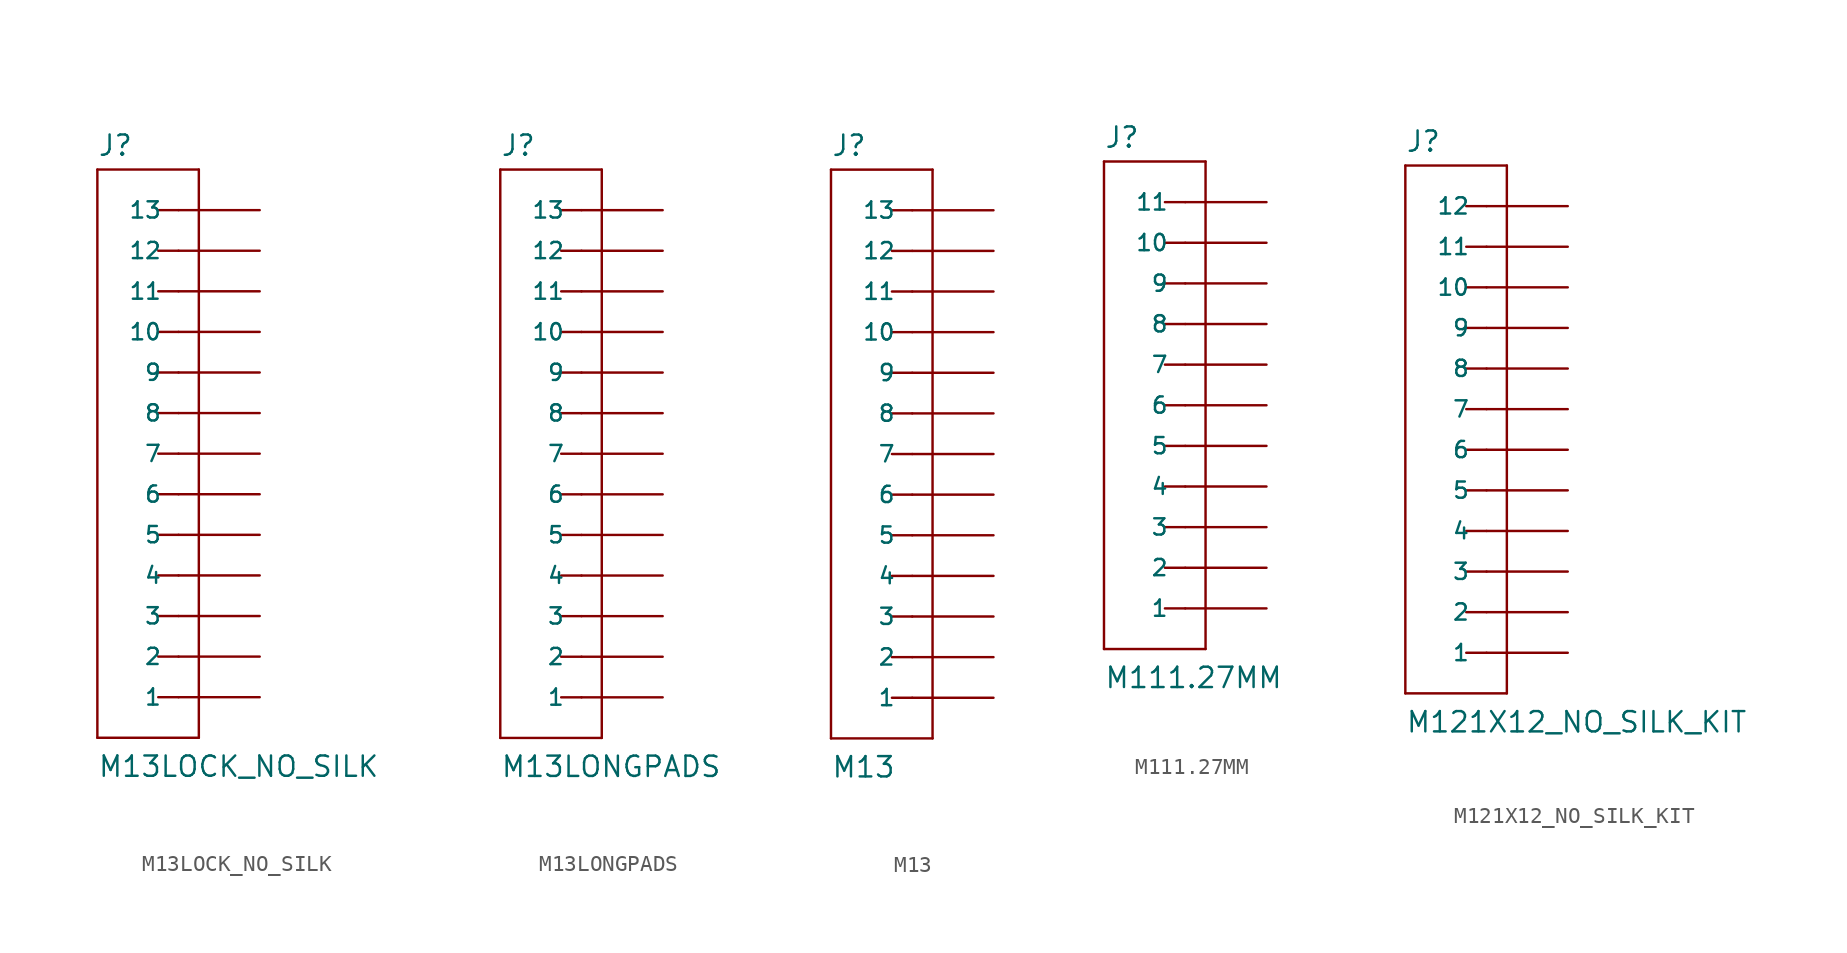
<source format=kicad_sym>
(kicad_symbol_lib
  (version 20211014)
  (generator kicad_symbol_editor)
  (symbol "M13LOCK_NO_SILK"
    (pin_numbers hide)
    (pin_names
      (offset 1.016))
    (property "Reference" "J"
      (at 0 18.542 0)
      (effects (font (size 1.27 1.27)) (justify left bottom)))
    (property "Value" "M13LOCK_NO_SILK"
      (at 0 -20.32 0)
      (effects (font (size 1.27 1.27)) (justify left bottom)))
    (property "Datasheet" ""
      (at 0 0 0)
      (effects (font (size 1.524 1.524))))
    (property "ki_locked" ""
      (at 0 0 0)
      (effects (font (size 1.27 1.27))))
    (symbol "M13LOCK_NO_SILK_1_0"
      (polyline (pts (xy 0 17.78) (xy 0 -17.78)) (stroke (width 0) (type default) (color 0 0 0 0)) (fill (type none)))
      (polyline (pts (xy 0 17.78) (xy 6.35 17.78)) (stroke (width 0) (type default) (color 0 0 0 0)) (fill (type none)))
      (polyline (pts (xy 3.81 -15.24) (xy 5.08 -15.24)) (stroke (width 0) (type default) (color 0 0 0 0)) (fill (type none)))
      (polyline (pts (xy 3.81 -12.7) (xy 5.08 -12.7)) (stroke (width 0) (type default) (color 0 0 0 0)) (fill (type none)))
      (polyline (pts (xy 3.81 -10.16) (xy 5.08 -10.16)) (stroke (width 0) (type default) (color 0 0 0 0)) (fill (type none)))
      (polyline (pts (xy 3.81 -7.62) (xy 5.08 -7.62)) (stroke (width 0) (type default) (color 0 0 0 0)) (fill (type none)))
      (polyline (pts (xy 3.81 -5.08) (xy 5.08 -5.08)) (stroke (width 0) (type default) (color 0 0 0 0)) (fill (type none)))
      (polyline (pts (xy 3.81 -2.54) (xy 5.08 -2.54)) (stroke (width 0) (type default) (color 0 0 0 0)) (fill (type none)))
      (polyline (pts (xy 3.81 0) (xy 5.08 0)) (stroke (width 0) (type default) (color 0 0 0 0)) (fill (type none)))
      (polyline (pts (xy 3.81 2.54) (xy 5.08 2.54)) (stroke (width 0) (type default) (color 0 0 0 0)) (fill (type none)))
      (polyline (pts (xy 3.81 5.08) (xy 5.08 5.08)) (stroke (width 0) (type default) (color 0 0 0 0)) (fill (type none)))
      (polyline (pts (xy 3.81 7.62) (xy 5.08 7.62)) (stroke (width 0) (type default) (color 0 0 0 0)) (fill (type none)))
      (polyline (pts (xy 3.81 10.16) (xy 5.08 10.16)) (stroke (width 0) (type default) (color 0 0 0 0)) (fill (type none)))
      (polyline (pts (xy 3.81 12.7) (xy 5.08 12.7)) (stroke (width 0) (type default) (color 0 0 0 0)) (fill (type none)))
      (polyline (pts (xy 3.81 15.24) (xy 5.08 15.24)) (stroke (width 0) (type default) (color 0 0 0 0)) (fill (type none)))
      (polyline (pts (xy 6.35 -17.78) (xy 0 -17.78)) (stroke (width 0) (type default) (color 0 0 0 0)) (fill (type none)))
      (polyline (pts (xy 6.35 -17.78) (xy 6.35 17.78)) (stroke (width 0) (type default) (color 0 0 0 0)) (fill (type none))))
    (symbol "M13LOCK_NO_SILK_1_1"
      (pin passive line (at 10.16 -15.24 180) (length 5.08) (name "1" (effects (font (size 1.016 1.016)))) (number "1" (effects (font (size 1.016 1.016)))))
      (pin passive line (at 10.16 7.62 180) (length 5.08) (name "10" (effects (font (size 1.016 1.016)))) (number "10" (effects (font (size 1.016 1.016)))))
      (pin passive line (at 10.16 10.16 180) (length 5.08) (name "11" (effects (font (size 1.016 1.016)))) (number "11" (effects (font (size 1.016 1.016)))))
      (pin passive line (at 10.16 12.7 180) (length 5.08) (name "12" (effects (font (size 1.016 1.016)))) (number "12" (effects (font (size 1.016 1.016)))))
      (pin passive line (at 10.16 15.24 180) (length 5.08) (name "13" (effects (font (size 1.016 1.016)))) (number "13" (effects (font (size 1.016 1.016)))))
      (pin passive line (at 10.16 -12.7 180) (length 5.08) (name "2" (effects (font (size 1.016 1.016)))) (number "2" (effects (font (size 1.016 1.016)))))
      (pin passive line (at 10.16 -10.16 180) (length 5.08) (name "3" (effects (font (size 1.016 1.016)))) (number "3" (effects (font (size 1.016 1.016)))))
      (pin passive line (at 10.16 -7.62 180) (length 5.08) (name "4" (effects (font (size 1.016 1.016)))) (number "4" (effects (font (size 1.016 1.016)))))
      (pin passive line (at 10.16 -5.08 180) (length 5.08) (name "5" (effects (font (size 1.016 1.016)))) (number "5" (effects (font (size 1.016 1.016)))))
      (pin passive line (at 10.16 -2.54 180) (length 5.08) (name "6" (effects (font (size 1.016 1.016)))) (number "6" (effects (font (size 1.016 1.016)))))
      (pin passive line (at 10.16 0 180) (length 5.08) (name "7" (effects (font (size 1.016 1.016)))) (number "7" (effects (font (size 1.016 1.016)))))
      (pin passive line (at 10.16 2.54 180) (length 5.08) (name "8" (effects (font (size 1.016 1.016)))) (number "8" (effects (font (size 1.016 1.016)))))
      (pin passive line (at 10.16 5.08 180) (length 5.08) (name "9" (effects (font (size 1.016 1.016)))) (number "9" (effects (font (size 1.016 1.016)))))))
  (symbol "M13LONGPADS"
    (pin_numbers hide)
    (pin_names
      (offset 1.016))
    (property "Reference" "J"
      (at 0 18.542 0)
      (effects (font (size 1.27 1.27)) (justify left bottom)))
    (property "Value" "M13LONGPADS"
      (at 0 -20.32 0)
      (effects (font (size 1.27 1.27)) (justify left bottom)))
    (property "Datasheet" ""
      (at 0 0 0)
      (effects (font (size 1.524 1.524))))
    (property "ki_locked" ""
      (at 0 0 0)
      (effects (font (size 1.27 1.27))))
    (symbol "M13LONGPADS_1_0"
      (polyline (pts (xy 0 17.78) (xy 0 -17.78)) (stroke (width 0) (type default) (color 0 0 0 0)) (fill (type none)))
      (polyline (pts (xy 0 17.78) (xy 6.35 17.78)) (stroke (width 0) (type default) (color 0 0 0 0)) (fill (type none)))
      (polyline (pts (xy 3.81 -15.24) (xy 5.08 -15.24)) (stroke (width 0) (type default) (color 0 0 0 0)) (fill (type none)))
      (polyline (pts (xy 3.81 -12.7) (xy 5.08 -12.7)) (stroke (width 0) (type default) (color 0 0 0 0)) (fill (type none)))
      (polyline (pts (xy 3.81 -10.16) (xy 5.08 -10.16)) (stroke (width 0) (type default) (color 0 0 0 0)) (fill (type none)))
      (polyline (pts (xy 3.81 -7.62) (xy 5.08 -7.62)) (stroke (width 0) (type default) (color 0 0 0 0)) (fill (type none)))
      (polyline (pts (xy 3.81 -5.08) (xy 5.08 -5.08)) (stroke (width 0) (type default) (color 0 0 0 0)) (fill (type none)))
      (polyline (pts (xy 3.81 -2.54) (xy 5.08 -2.54)) (stroke (width 0) (type default) (color 0 0 0 0)) (fill (type none)))
      (polyline (pts (xy 3.81 0) (xy 5.08 0)) (stroke (width 0) (type default) (color 0 0 0 0)) (fill (type none)))
      (polyline (pts (xy 3.81 2.54) (xy 5.08 2.54)) (stroke (width 0) (type default) (color 0 0 0 0)) (fill (type none)))
      (polyline (pts (xy 3.81 5.08) (xy 5.08 5.08)) (stroke (width 0) (type default) (color 0 0 0 0)) (fill (type none)))
      (polyline (pts (xy 3.81 7.62) (xy 5.08 7.62)) (stroke (width 0) (type default) (color 0 0 0 0)) (fill (type none)))
      (polyline (pts (xy 3.81 10.16) (xy 5.08 10.16)) (stroke (width 0) (type default) (color 0 0 0 0)) (fill (type none)))
      (polyline (pts (xy 3.81 12.7) (xy 5.08 12.7)) (stroke (width 0) (type default) (color 0 0 0 0)) (fill (type none)))
      (polyline (pts (xy 3.81 15.24) (xy 5.08 15.24)) (stroke (width 0) (type default) (color 0 0 0 0)) (fill (type none)))
      (polyline (pts (xy 6.35 -17.78) (xy 0 -17.78)) (stroke (width 0) (type default) (color 0 0 0 0)) (fill (type none)))
      (polyline (pts (xy 6.35 -17.78) (xy 6.35 17.78)) (stroke (width 0) (type default) (color 0 0 0 0)) (fill (type none))))
    (symbol "M13LONGPADS_1_1"
      (pin passive line (at 10.16 -15.24 180) (length 5.08) (name "1" (effects (font (size 1.016 1.016)))) (number "1" (effects (font (size 1.016 1.016)))))
      (pin passive line (at 10.16 7.62 180) (length 5.08) (name "10" (effects (font (size 1.016 1.016)))) (number "10" (effects (font (size 1.016 1.016)))))
      (pin passive line (at 10.16 10.16 180) (length 5.08) (name "11" (effects (font (size 1.016 1.016)))) (number "11" (effects (font (size 1.016 1.016)))))
      (pin passive line (at 10.16 12.7 180) (length 5.08) (name "12" (effects (font (size 1.016 1.016)))) (number "12" (effects (font (size 1.016 1.016)))))
      (pin passive line (at 10.16 15.24 180) (length 5.08) (name "13" (effects (font (size 1.016 1.016)))) (number "13" (effects (font (size 1.016 1.016)))))
      (pin passive line (at 10.16 -12.7 180) (length 5.08) (name "2" (effects (font (size 1.016 1.016)))) (number "2" (effects (font (size 1.016 1.016)))))
      (pin passive line (at 10.16 -10.16 180) (length 5.08) (name "3" (effects (font (size 1.016 1.016)))) (number "3" (effects (font (size 1.016 1.016)))))
      (pin passive line (at 10.16 -7.62 180) (length 5.08) (name "4" (effects (font (size 1.016 1.016)))) (number "4" (effects (font (size 1.016 1.016)))))
      (pin passive line (at 10.16 -5.08 180) (length 5.08) (name "5" (effects (font (size 1.016 1.016)))) (number "5" (effects (font (size 1.016 1.016)))))
      (pin passive line (at 10.16 -2.54 180) (length 5.08) (name "6" (effects (font (size 1.016 1.016)))) (number "6" (effects (font (size 1.016 1.016)))))
      (pin passive line (at 10.16 0 180) (length 5.08) (name "7" (effects (font (size 1.016 1.016)))) (number "7" (effects (font (size 1.016 1.016)))))
      (pin passive line (at 10.16 2.54 180) (length 5.08) (name "8" (effects (font (size 1.016 1.016)))) (number "8" (effects (font (size 1.016 1.016)))))
      (pin passive line (at 10.16 5.08 180) (length 5.08) (name "9" (effects (font (size 1.016 1.016)))) (number "9" (effects (font (size 1.016 1.016)))))))
  (symbol "M13"
    (pin_numbers hide)
    (pin_names
      (offset 1.016))
    (property "Reference" "J"
      (at 0 18.542 0)
      (effects (font (size 1.27 1.27)) (justify left bottom)))
    (property "Value" "M13"
      (at 0 -20.32 0)
      (effects (font (size 1.27 1.27)) (justify left bottom)))
    (property "Datasheet" ""
      (at 0 0 0)
      (effects (font (size 1.524 1.524))))
    (property "ki_locked" ""
      (at 0 0 0)
      (effects (font (size 1.27 1.27))))
    (symbol "M13_1_0"
      (polyline (pts (xy 0 17.78) (xy 0 -17.78)) (stroke (width 0) (type default) (color 0 0 0 0)) (fill (type none)))
      (polyline (pts (xy 0 17.78) (xy 6.35 17.78)) (stroke (width 0) (type default) (color 0 0 0 0)) (fill (type none)))
      (polyline (pts (xy 3.81 -15.24) (xy 5.08 -15.24)) (stroke (width 0) (type default) (color 0 0 0 0)) (fill (type none)))
      (polyline (pts (xy 3.81 -12.7) (xy 5.08 -12.7)) (stroke (width 0) (type default) (color 0 0 0 0)) (fill (type none)))
      (polyline (pts (xy 3.81 -10.16) (xy 5.08 -10.16)) (stroke (width 0) (type default) (color 0 0 0 0)) (fill (type none)))
      (polyline (pts (xy 3.81 -7.62) (xy 5.08 -7.62)) (stroke (width 0) (type default) (color 0 0 0 0)) (fill (type none)))
      (polyline (pts (xy 3.81 -5.08) (xy 5.08 -5.08)) (stroke (width 0) (type default) (color 0 0 0 0)) (fill (type none)))
      (polyline (pts (xy 3.81 -2.54) (xy 5.08 -2.54)) (stroke (width 0) (type default) (color 0 0 0 0)) (fill (type none)))
      (polyline (pts (xy 3.81 0) (xy 5.08 0)) (stroke (width 0) (type default) (color 0 0 0 0)) (fill (type none)))
      (polyline (pts (xy 3.81 2.54) (xy 5.08 2.54)) (stroke (width 0) (type default) (color 0 0 0 0)) (fill (type none)))
      (polyline (pts (xy 3.81 5.08) (xy 5.08 5.08)) (stroke (width 0) (type default) (color 0 0 0 0)) (fill (type none)))
      (polyline (pts (xy 3.81 7.62) (xy 5.08 7.62)) (stroke (width 0) (type default) (color 0 0 0 0)) (fill (type none)))
      (polyline (pts (xy 3.81 10.16) (xy 5.08 10.16)) (stroke (width 0) (type default) (color 0 0 0 0)) (fill (type none)))
      (polyline (pts (xy 3.81 12.7) (xy 5.08 12.7)) (stroke (width 0) (type default) (color 0 0 0 0)) (fill (type none)))
      (polyline (pts (xy 3.81 15.24) (xy 5.08 15.24)) (stroke (width 0) (type default) (color 0 0 0 0)) (fill (type none)))
      (polyline (pts (xy 6.35 -17.78) (xy 0 -17.78)) (stroke (width 0) (type default) (color 0 0 0 0)) (fill (type none)))
      (polyline (pts (xy 6.35 -17.78) (xy 6.35 17.78)) (stroke (width 0) (type default) (color 0 0 0 0)) (fill (type none))))
    (symbol "M13_1_1"
      (pin passive line (at 10.16 -15.24 180) (length 5.08) (name "1" (effects (font (size 1.016 1.016)))) (number "1" (effects (font (size 1.016 1.016)))))
      (pin passive line (at 10.16 7.62 180) (length 5.08) (name "10" (effects (font (size 1.016 1.016)))) (number "10" (effects (font (size 1.016 1.016)))))
      (pin passive line (at 10.16 10.16 180) (length 5.08) (name "11" (effects (font (size 1.016 1.016)))) (number "11" (effects (font (size 1.016 1.016)))))
      (pin passive line (at 10.16 12.7 180) (length 5.08) (name "12" (effects (font (size 1.016 1.016)))) (number "12" (effects (font (size 1.016 1.016)))))
      (pin passive line (at 10.16 15.24 180) (length 5.08) (name "13" (effects (font (size 1.016 1.016)))) (number "13" (effects (font (size 1.016 1.016)))))
      (pin passive line (at 10.16 -12.7 180) (length 5.08) (name "2" (effects (font (size 1.016 1.016)))) (number "2" (effects (font (size 1.016 1.016)))))
      (pin passive line (at 10.16 -10.16 180) (length 5.08) (name "3" (effects (font (size 1.016 1.016)))) (number "3" (effects (font (size 1.016 1.016)))))
      (pin passive line (at 10.16 -7.62 180) (length 5.08) (name "4" (effects (font (size 1.016 1.016)))) (number "4" (effects (font (size 1.016 1.016)))))
      (pin passive line (at 10.16 -5.08 180) (length 5.08) (name "5" (effects (font (size 1.016 1.016)))) (number "5" (effects (font (size 1.016 1.016)))))
      (pin passive line (at 10.16 -2.54 180) (length 5.08) (name "6" (effects (font (size 1.016 1.016)))) (number "6" (effects (font (size 1.016 1.016)))))
      (pin passive line (at 10.16 0 180) (length 5.08) (name "7" (effects (font (size 1.016 1.016)))) (number "7" (effects (font (size 1.016 1.016)))))
      (pin passive line (at 10.16 2.54 180) (length 5.08) (name "8" (effects (font (size 1.016 1.016)))) (number "8" (effects (font (size 1.016 1.016)))))
      (pin passive line (at 10.16 5.08 180) (length 5.08) (name "9" (effects (font (size 1.016 1.016)))) (number "9" (effects (font (size 1.016 1.016)))))))
  (symbol "M111.27MM"
    (pin_numbers hide)
    (pin_names
      (offset 1.016))
    (property "Reference" "J"
      (at 0 16.002 0)
      (effects (font (size 1.27 1.27)) (justify left bottom)))
    (property "Value" "M111.27MM"
      (at 0 -17.78 0)
      (effects (font (size 1.27 1.27)) (justify left bottom)))
    (property "Datasheet" ""
      (at 0 0 0)
      (effects (font (size 1.524 1.524))))
    (property "ki_locked" ""
      (at 0 0 0)
      (effects (font (size 1.27 1.27))))
    (symbol "M111.27MM_1_0"
      (polyline (pts (xy 0 15.24) (xy 0 -15.24)) (stroke (width 0) (type default) (color 0 0 0 0)) (fill (type none)))
      (polyline (pts (xy 0 15.24) (xy 6.35 15.24)) (stroke (width 0) (type default) (color 0 0 0 0)) (fill (type none)))
      (polyline (pts (xy 3.81 -12.7) (xy 5.08 -12.7)) (stroke (width 0) (type default) (color 0 0 0 0)) (fill (type none)))
      (polyline (pts (xy 3.81 -10.16) (xy 5.08 -10.16)) (stroke (width 0) (type default) (color 0 0 0 0)) (fill (type none)))
      (polyline (pts (xy 3.81 -7.62) (xy 5.08 -7.62)) (stroke (width 0) (type default) (color 0 0 0 0)) (fill (type none)))
      (polyline (pts (xy 3.81 -5.08) (xy 5.08 -5.08)) (stroke (width 0) (type default) (color 0 0 0 0)) (fill (type none)))
      (polyline (pts (xy 3.81 -2.54) (xy 5.08 -2.54)) (stroke (width 0) (type default) (color 0 0 0 0)) (fill (type none)))
      (polyline (pts (xy 3.81 0) (xy 5.08 0)) (stroke (width 0) (type default) (color 0 0 0 0)) (fill (type none)))
      (polyline (pts (xy 3.81 2.54) (xy 5.08 2.54)) (stroke (width 0) (type default) (color 0 0 0 0)) (fill (type none)))
      (polyline (pts (xy 3.81 5.08) (xy 5.08 5.08)) (stroke (width 0) (type default) (color 0 0 0 0)) (fill (type none)))
      (polyline (pts (xy 3.81 7.62) (xy 5.08 7.62)) (stroke (width 0) (type default) (color 0 0 0 0)) (fill (type none)))
      (polyline (pts (xy 3.81 10.16) (xy 5.08 10.16)) (stroke (width 0) (type default) (color 0 0 0 0)) (fill (type none)))
      (polyline (pts (xy 3.81 12.7) (xy 5.08 12.7)) (stroke (width 0) (type default) (color 0 0 0 0)) (fill (type none)))
      (polyline (pts (xy 6.35 -15.24) (xy 0 -15.24)) (stroke (width 0) (type default) (color 0 0 0 0)) (fill (type none)))
      (polyline (pts (xy 6.35 -15.24) (xy 6.35 15.24)) (stroke (width 0) (type default) (color 0 0 0 0)) (fill (type none))))
    (symbol "M111.27MM_1_1"
      (pin passive line (at 10.16 -12.7 180) (length 5.08) (name "1" (effects (font (size 1.016 1.016)))) (number "1" (effects (font (size 1.016 1.016)))))
      (pin passive line (at 10.16 10.16 180) (length 5.08) (name "10" (effects (font (size 1.016 1.016)))) (number "10" (effects (font (size 1.016 1.016)))))
      (pin passive line (at 10.16 12.7 180) (length 5.08) (name "11" (effects (font (size 1.016 1.016)))) (number "11" (effects (font (size 1.016 1.016)))))
      (pin passive line (at 10.16 -10.16 180) (length 5.08) (name "2" (effects (font (size 1.016 1.016)))) (number "2" (effects (font (size 1.016 1.016)))))
      (pin passive line (at 10.16 -7.62 180) (length 5.08) (name "3" (effects (font (size 1.016 1.016)))) (number "3" (effects (font (size 1.016 1.016)))))
      (pin passive line (at 10.16 -5.08 180) (length 5.08) (name "4" (effects (font (size 1.016 1.016)))) (number "4" (effects (font (size 1.016 1.016)))))
      (pin passive line (at 10.16 -2.54 180) (length 5.08) (name "5" (effects (font (size 1.016 1.016)))) (number "5" (effects (font (size 1.016 1.016)))))
      (pin passive line (at 10.16 0 180) (length 5.08) (name "6" (effects (font (size 1.016 1.016)))) (number "6" (effects (font (size 1.016 1.016)))))
      (pin passive line (at 10.16 2.54 180) (length 5.08) (name "7" (effects (font (size 1.016 1.016)))) (number "7" (effects (font (size 1.016 1.016)))))
      (pin passive line (at 10.16 5.08 180) (length 5.08) (name "8" (effects (font (size 1.016 1.016)))) (number "8" (effects (font (size 1.016 1.016)))))
      (pin passive line (at 10.16 7.62 180) (length 5.08) (name "9" (effects (font (size 1.016 1.016)))) (number "9" (effects (font (size 1.016 1.016)))))))
  (symbol "M121X12_NO_SILK_KIT"
    (pin_numbers hide)
    (pin_names
      (offset 1.016))
    (property "Reference" "J"
      (at 0 16.002 0)
      (effects (font (size 1.27 1.27)) (justify left bottom)))
    (property "Value" "M121X12_NO_SILK_KIT"
      (at 0 -20.32 0)
      (effects (font (size 1.27 1.27)) (justify left bottom)))
    (property "Datasheet" ""
      (at 0 0 0)
      (effects (font (size 1.524 1.524))))
    (property "ki_locked" ""
      (at 0 0 0)
      (effects (font (size 1.27 1.27))))
    (symbol "M121X12_NO_SILK_KIT_1_0"
      (polyline (pts (xy 0 15.24) (xy 0 -17.78)) (stroke (width 0) (type default) (color 0 0 0 0)) (fill (type none)))
      (polyline (pts (xy 0 15.24) (xy 6.35 15.24)) (stroke (width 0) (type default) (color 0 0 0 0)) (fill (type none)))
      (polyline (pts (xy 3.81 -15.24) (xy 5.08 -15.24)) (stroke (width 0) (type default) (color 0 0 0 0)) (fill (type none)))
      (polyline (pts (xy 3.81 -12.7) (xy 5.08 -12.7)) (stroke (width 0) (type default) (color 0 0 0 0)) (fill (type none)))
      (polyline (pts (xy 3.81 -10.16) (xy 5.08 -10.16)) (stroke (width 0) (type default) (color 0 0 0 0)) (fill (type none)))
      (polyline (pts (xy 3.81 -7.62) (xy 5.08 -7.62)) (stroke (width 0) (type default) (color 0 0 0 0)) (fill (type none)))
      (polyline (pts (xy 3.81 -5.08) (xy 5.08 -5.08)) (stroke (width 0) (type default) (color 0 0 0 0)) (fill (type none)))
      (polyline (pts (xy 3.81 -2.54) (xy 5.08 -2.54)) (stroke (width 0) (type default) (color 0 0 0 0)) (fill (type none)))
      (polyline (pts (xy 3.81 0) (xy 5.08 0)) (stroke (width 0) (type default) (color 0 0 0 0)) (fill (type none)))
      (polyline (pts (xy 3.81 2.54) (xy 5.08 2.54)) (stroke (width 0) (type default) (color 0 0 0 0)) (fill (type none)))
      (polyline (pts (xy 3.81 5.08) (xy 5.08 5.08)) (stroke (width 0) (type default) (color 0 0 0 0)) (fill (type none)))
      (polyline (pts (xy 3.81 7.62) (xy 5.08 7.62)) (stroke (width 0) (type default) (color 0 0 0 0)) (fill (type none)))
      (polyline (pts (xy 3.81 10.16) (xy 5.08 10.16)) (stroke (width 0) (type default) (color 0 0 0 0)) (fill (type none)))
      (polyline (pts (xy 3.81 12.7) (xy 5.08 12.7)) (stroke (width 0) (type default) (color 0 0 0 0)) (fill (type none)))
      (polyline (pts (xy 6.35 -17.78) (xy 0 -17.78)) (stroke (width 0) (type default) (color 0 0 0 0)) (fill (type none)))
      (polyline (pts (xy 6.35 -17.78) (xy 6.35 15.24)) (stroke (width 0) (type default) (color 0 0 0 0)) (fill (type none))))
    (symbol "M121X12_NO_SILK_KIT_1_1"
      (pin passive line (at 10.16 -15.24 180) (length 5.08) (name "1" (effects (font (size 1.016 1.016)))) (number "1" (effects (font (size 1.016 1.016)))))
      (pin passive line (at 10.16 7.62 180) (length 5.08) (name "10" (effects (font (size 1.016 1.016)))) (number "10" (effects (font (size 1.016 1.016)))))
      (pin passive line (at 10.16 10.16 180) (length 5.08) (name "11" (effects (font (size 1.016 1.016)))) (number "11" (effects (font (size 1.016 1.016)))))
      (pin passive line (at 10.16 12.7 180) (length 5.08) (name "12" (effects (font (size 1.016 1.016)))) (number "12" (effects (font (size 1.016 1.016)))))
      (pin passive line (at 10.16 -12.7 180) (length 5.08) (name "2" (effects (font (size 1.016 1.016)))) (number "2" (effects (font (size 1.016 1.016)))))
      (pin passive line (at 10.16 -10.16 180) (length 5.08) (name "3" (effects (font (size 1.016 1.016)))) (number "3" (effects (font (size 1.016 1.016)))))
      (pin passive line (at 10.16 -7.62 180) (length 5.08) (name "4" (effects (font (size 1.016 1.016)))) (number "4" (effects (font (size 1.016 1.016)))))
      (pin passive line (at 10.16 -5.08 180) (length 5.08) (name "5" (effects (font (size 1.016 1.016)))) (number "5" (effects (font (size 1.016 1.016)))))
      (pin passive line (at 10.16 -2.54 180) (length 5.08) (name "6" (effects (font (size 1.016 1.016)))) (number "6" (effects (font (size 1.016 1.016)))))
      (pin passive line (at 10.16 0 180) (length 5.08) (name "7" (effects (font (size 1.016 1.016)))) (number "7" (effects (font (size 1.016 1.016)))))
      (pin passive line (at 10.16 2.54 180) (length 5.08) (name "8" (effects (font (size 1.016 1.016)))) (number "8" (effects (font (size 1.016 1.016)))))
      (pin passive line (at 10.16 5.08 180) (length 5.08) (name "9" (effects (font (size 1.016 1.016)))) (number "9" (effects (font (size 1.016 1.016))))))))
</source>
